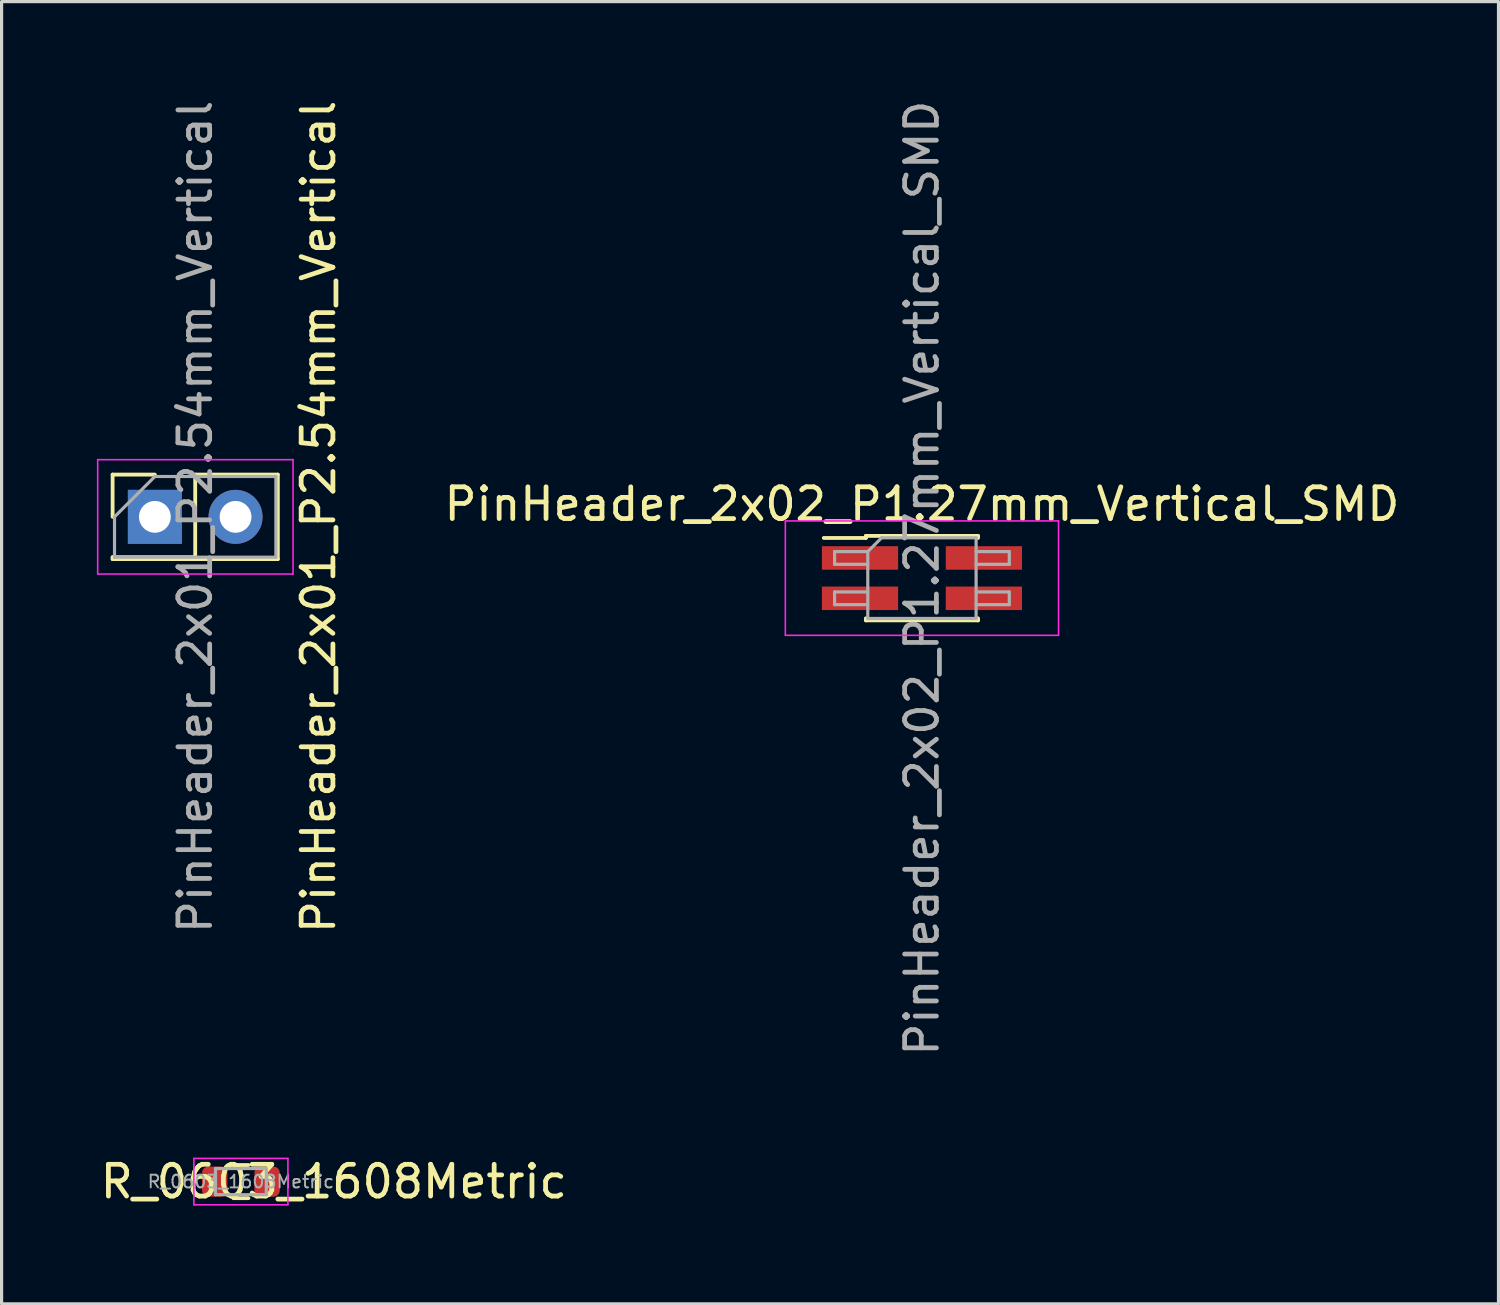
<source format=kicad_pcb>
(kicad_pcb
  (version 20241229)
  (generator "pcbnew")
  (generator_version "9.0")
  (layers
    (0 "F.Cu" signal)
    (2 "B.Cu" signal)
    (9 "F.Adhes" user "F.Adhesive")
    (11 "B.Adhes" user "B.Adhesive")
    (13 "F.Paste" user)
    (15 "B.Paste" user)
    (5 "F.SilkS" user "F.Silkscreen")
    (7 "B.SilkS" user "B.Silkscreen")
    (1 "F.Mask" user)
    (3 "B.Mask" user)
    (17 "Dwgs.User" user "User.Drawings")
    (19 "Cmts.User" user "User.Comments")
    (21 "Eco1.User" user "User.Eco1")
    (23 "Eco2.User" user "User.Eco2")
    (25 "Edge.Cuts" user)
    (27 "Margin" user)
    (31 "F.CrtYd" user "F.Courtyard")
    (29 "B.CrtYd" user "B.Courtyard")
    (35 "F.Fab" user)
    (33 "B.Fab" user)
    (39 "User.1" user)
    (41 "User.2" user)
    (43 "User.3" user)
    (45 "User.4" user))
  (footprint "R_0603_1608Metric"
    (layer "F.Cu")
    (at 4.533 34.146)
    (property "Reference" "R_0603_1608Metric" (at 2.925 0 0) (layer "F.SilkS") (effects (font (size 1 1) (thickness 0.15))))
    (attr smd)
    (fp_line (start -0.237 -0.522) (end 0.237 -0.522) (stroke (width 0.12) (type solid)) (layer "F.SilkS"))
    (fp_line (start -0.237 0.522) (end 0.237 0.522) (stroke (width 0.12) (type solid)) (layer "F.SilkS"))
    (fp_line (start -1.48 -0.73) (end 1.48 -0.73) (stroke (width 0.05) (type solid)) (layer "F.CrtYd"))
    (fp_line (start -1.48 0.73) (end -1.48 -0.73) (stroke (width 0.05) (type solid)) (layer "F.CrtYd"))
    (fp_line (start 1.48 -0.73) (end 1.48 0.73) (stroke (width 0.05) (type solid)) (layer "F.CrtYd"))
    (fp_line (start 1.48 0.73) (end -1.48 0.73) (stroke (width 0.05) (type solid)) (layer "F.CrtYd"))
    (fp_line (start -0.8 -0.412) (end 0.8 -0.412) (stroke (width 0.1) (type solid)) (layer "F.Fab"))
    (fp_line (start -0.8 0.412) (end -0.8 -0.412) (stroke (width 0.1) (type solid)) (layer "F.Fab"))
    (fp_line (start 0.8 -0.412) (end 0.8 0.412) (stroke (width 0.1) (type solid)) (layer "F.Fab"))
    (fp_line (start 0.8 0.412) (end -0.8 0.412) (stroke (width 0.1) (type solid)) (layer "F.Fab"))
    (fp_text user "${REFERENCE}" (at 0 0 0) (layer "F.Fab") (effects (font (size 0.4 0.4) (thickness 0.06))))
    (pad "1" smd roundrect (at -0.825 0 180) (size 0.8 0.95) (layers "F.Cu" "F.Mask" "F.Paste") (roundrect_rratio 0.25))
    (pad "2" smd roundrect (at 0.825 0 180) (size 0.8 0.95) (layers "F.Cu" "F.Mask" "F.Paste") (roundrect_rratio 0.25)))
  (footprint "PinHeader_2x02_P1.27mm_Vertical_SMD"
    (layer "F.Cu")
    (at 25.972 15.149)
    (property "Reference" "PinHeader_2x02_P1.27mm_Vertical_SMD" (at 0 -2.33 0) (layer "F.SilkS") (effects (font (size 1 1) (thickness 0.15))))
    (attr smd)
    (fp_line (start -3.09 -1.265) (end -1.765 -1.265) (stroke (width 0.12) (type solid)) (layer "F.SilkS"))
    (fp_line (start -1.765 -1.33) (end -1.765 -1.265) (stroke (width 0.12) (type solid)) (layer "F.SilkS"))
    (fp_line (start -1.765 -1.33) (end 1.765 -1.33) (stroke (width 0.12) (type solid)) (layer "F.SilkS"))
    (fp_line (start -1.765 1.265) (end -1.765 1.33) (stroke (width 0.12) (type solid)) (layer "F.SilkS"))
    (fp_line (start -1.765 1.33) (end 1.765 1.33) (stroke (width 0.12) (type solid)) (layer "F.SilkS"))
    (fp_line (start 1.765 -1.33) (end 1.765 -1.265) (stroke (width 0.12) (type solid)) (layer "F.SilkS"))
    (fp_line (start 1.765 1.265) (end 1.765 1.33) (stroke (width 0.12) (type solid)) (layer "F.SilkS"))
    (fp_line (start -4.3 -1.8) (end -4.3 1.8) (stroke (width 0.05) (type solid)) (layer "F.CrtYd"))
    (fp_line (start -4.3 1.8) (end 4.3 1.8) (stroke (width 0.05) (type solid)) (layer "F.CrtYd"))
    (fp_line (start 4.3 -1.8) (end -4.3 -1.8) (stroke (width 0.05) (type solid)) (layer "F.CrtYd"))
    (fp_line (start 4.3 1.8) (end 4.3 -1.8) (stroke (width 0.05) (type solid)) (layer "F.CrtYd"))
    (fp_line (start -2.75 -0.835) (end -2.75 -0.435) (stroke (width 0.1) (type solid)) (layer "F.Fab"))
    (fp_line (start -2.75 -0.435) (end -1.705 -0.435) (stroke (width 0.1) (type solid)) (layer "F.Fab"))
    (fp_line (start -2.75 0.435) (end -2.75 0.835) (stroke (width 0.1) (type solid)) (layer "F.Fab"))
    (fp_line (start -2.75 0.835) (end -1.705 0.835) (stroke (width 0.1) (type solid)) (layer "F.Fab"))
    (fp_line (start -1.705 -0.835) (end -2.75 -0.835) (stroke (width 0.1) (type solid)) (layer "F.Fab"))
    (fp_line (start -1.705 -0.835) (end -1.27 -1.27) (stroke (width 0.1) (type solid)) (layer "F.Fab"))
    (fp_line (start -1.705 0.435) (end -2.75 0.435) (stroke (width 0.1) (type solid)) (layer "F.Fab"))
    (fp_line (start -1.705 1.27) (end -1.705 -0.835) (stroke (width 0.1) (type solid)) (layer "F.Fab"))
    (fp_line (start -1.27 -1.27) (end 1.705 -1.27) (stroke (width 0.1) (type solid)) (layer "F.Fab"))
    (fp_line (start 1.705 -1.27) (end 1.705 1.27) (stroke (width 0.1) (type solid)) (layer "F.Fab"))
    (fp_line (start 1.705 -0.835) (end 2.75 -0.835) (stroke (width 0.1) (type solid)) (layer "F.Fab"))
    (fp_line (start 1.705 0.435) (end 2.75 0.435) (stroke (width 0.1) (type solid)) (layer "F.Fab"))
    (fp_line (start 1.705 1.27) (end -1.705 1.27) (stroke (width 0.1) (type solid)) (layer "F.Fab"))
    (fp_line (start 2.75 -0.835) (end 2.75 -0.435) (stroke (width 0.1) (type solid)) (layer "F.Fab"))
    (fp_line (start 2.75 -0.435) (end 1.705 -0.435) (stroke (width 0.1) (type solid)) (layer "F.Fab"))
    (fp_line (start 2.75 0.435) (end 2.75 0.835) (stroke (width 0.1) (type solid)) (layer "F.Fab"))
    (fp_line (start 2.75 0.835) (end 1.705 0.835) (stroke (width 0.1) (type solid)) (layer "F.Fab"))
    (fp_text user "${REFERENCE}" (at 0 0 90) (layer "F.Fab") (effects (font (size 1 1) (thickness 0.15))))
    (pad "1" smd rect (at -1.95 -0.635) (size 2.4 0.74) (layers "F.Cu" "F.Mask" "F.Paste"))
    (pad "2" smd rect (at 1.95 -0.635) (size 2.4 0.74) (layers "F.Cu" "F.Mask" "F.Paste"))
    (pad "3" smd rect (at -1.95 0.635) (size 2.4 0.74) (layers "F.Cu" "F.Mask" "F.Paste"))
    (pad "4" smd rect (at 1.95 0.635) (size 2.4 0.74) (layers "F.Cu" "F.Mask" "F.Paste")))
  (footprint "PinHeader_2x01_P2.54mm_Vertical"
    (layer "F.Cu")
    (at 1.825 13.22)
    (property "Reference" "PinHeader_2x01_P2.54mm_Vertical" (at 5.15 0 270) (layer "F.SilkS") (effects (font (size 1 1) (thickness 0.15))))
    (attr through_hole)
    (fp_line (start -1.33 -1.33) (end 0 -1.33) (stroke (width 0.12) (type solid)) (layer "F.SilkS"))
    (fp_line (start -1.33 0) (end -1.33 -1.33) (stroke (width 0.12) (type solid)) (layer "F.SilkS"))
    (fp_line (start -1.33 1.27) (end -1.33 1.33) (stroke (width 0.12) (type solid)) (layer "F.SilkS"))
    (fp_line (start -1.33 1.27) (end 1.27 1.27) (stroke (width 0.12) (type solid)) (layer "F.SilkS"))
    (fp_line (start -1.33 1.33) (end 3.87 1.33) (stroke (width 0.12) (type solid)) (layer "F.SilkS"))
    (fp_line (start 1.27 -1.33) (end 3.87 -1.33) (stroke (width 0.12) (type solid)) (layer "F.SilkS"))
    (fp_line (start 1.27 1.27) (end 1.27 -1.33) (stroke (width 0.12) (type solid)) (layer "F.SilkS"))
    (fp_line (start 3.87 -1.33) (end 3.87 1.33) (stroke (width 0.12) (type solid)) (layer "F.SilkS"))
    (fp_line (start -1.8 -1.8) (end -1.8 1.8) (stroke (width 0.05) (type solid)) (layer "F.CrtYd"))
    (fp_line (start -1.8 1.8) (end 4.35 1.8) (stroke (width 0.05) (type solid)) (layer "F.CrtYd"))
    (fp_line (start 4.35 -1.8) (end -1.8 -1.8) (stroke (width 0.05) (type solid)) (layer "F.CrtYd"))
    (fp_line (start 4.35 1.8) (end 4.35 -1.8) (stroke (width 0.05) (type solid)) (layer "F.CrtYd"))
    (fp_line (start -1.27 0) (end 0 -1.27) (stroke (width 0.1) (type solid)) (layer "F.Fab"))
    (fp_line (start -1.27 1.27) (end -1.27 0) (stroke (width 0.1) (type solid)) (layer "F.Fab"))
    (fp_line (start 0 -1.27) (end 3.81 -1.27) (stroke (width 0.1) (type solid)) (layer "F.Fab"))
    (fp_line (start 3.81 -1.27) (end 3.81 1.27) (stroke (width 0.1) (type solid)) (layer "F.Fab"))
    (fp_line (start 3.81 1.27) (end -1.27 1.27) (stroke (width 0.1) (type solid)) (layer "F.Fab"))
    (fp_text user "${REFERENCE}" (at 1.27 0 90) (layer "F.Fab") (effects (font (size 1 1) (thickness 0.15))))
    (pad "1" thru_hole rect (at 0 0) (size 1.7 1.7) (drill 1) (layers "*.Cu" "*.Mask"))
    (pad "2" thru_hole oval (at 2.54 0) (size 1.7 1.7) (drill 1) (layers "*.Cu" "*.Mask")))
  (gr_rect
    (start -3 -3)
    (end 44.121 37.994)
    (stroke (width 0.1) (type default))
    (fill no)
    (layer "Edge.Cuts")))
</source>
